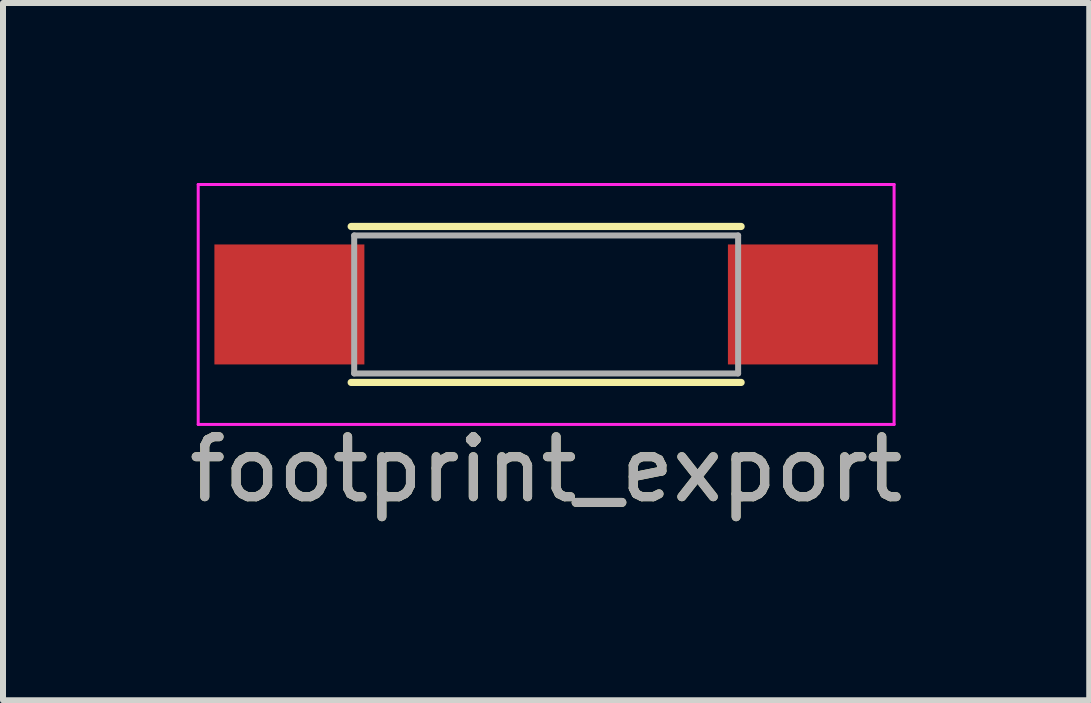
<source format=kicad_pcb>
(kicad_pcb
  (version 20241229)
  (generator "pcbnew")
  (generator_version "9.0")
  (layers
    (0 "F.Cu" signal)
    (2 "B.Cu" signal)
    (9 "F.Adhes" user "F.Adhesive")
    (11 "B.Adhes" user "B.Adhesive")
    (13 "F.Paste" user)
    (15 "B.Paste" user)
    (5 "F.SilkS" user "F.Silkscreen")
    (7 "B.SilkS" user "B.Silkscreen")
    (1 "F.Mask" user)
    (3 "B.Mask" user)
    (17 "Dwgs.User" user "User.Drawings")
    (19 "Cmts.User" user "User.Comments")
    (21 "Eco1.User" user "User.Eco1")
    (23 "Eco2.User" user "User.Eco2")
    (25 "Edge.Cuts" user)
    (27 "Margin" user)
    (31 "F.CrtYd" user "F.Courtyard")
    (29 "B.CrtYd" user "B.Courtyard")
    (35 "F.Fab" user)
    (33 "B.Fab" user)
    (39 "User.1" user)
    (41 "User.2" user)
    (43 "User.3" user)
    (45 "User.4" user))
  (footprint "footprint_export"
    (layer "F.Cu")
    (at 6.054 2.025)
    (property "Reference" "footprint_export" (at 0 2.75 0) (layer "F.SilkS") (effects (font (size 1 1) (thickness 0.15))))
    (attr smd)
    (fp_line (start -3.25 -1.3) (end 3.25 -1.3) (stroke (width 0.12) (type solid)) (layer "F.SilkS"))
    (fp_line (start 3.25 1.3) (end -3.25 1.3) (stroke (width 0.12) (type solid)) (layer "F.SilkS"))
    (fp_line (start -5.8 -2) (end 5.8 -2) (stroke (width 0.05) (type solid)) (layer "F.CrtYd"))
    (fp_line (start -5.8 2) (end -5.8 -2) (stroke (width 0.05) (type solid)) (layer "F.CrtYd"))
    (fp_line (start 5.8 -2) (end 5.8 2) (stroke (width 0.05) (type solid)) (layer "F.CrtYd"))
    (fp_line (start 5.8 2) (end -5.8 2) (stroke (width 0.05) (type solid)) (layer "F.CrtYd"))
    (fp_line (start -3.2 -1.15) (end -3.2 1.15) (stroke (width 0.1) (type solid)) (layer "F.Fab"))
    (fp_line (start -3.2 1.15) (end 3.2 1.15) (stroke (width 0.1) (type solid)) (layer "F.Fab"))
    (fp_line (start 3.2 -1.15) (end -3.2 -1.15) (stroke (width 0.1) (type solid)) (layer "F.Fab"))
    (fp_line (start 3.2 1.15) (end 3.2 -1.15) (stroke (width 0.1) (type solid)) (layer "F.Fab"))
    (fp_text user "${REFERENCE}" (at 0 2.75 0) (layer "F.Fab") (effects (font (size 1 1) (thickness 0.15))))
    (pad "1" smd rect (at -4.28 0) (size 2.5 2) (layers "F.Cu" "F.Mask" "F.Paste"))
    (pad "2" smd rect (at 4.28 0) (size 2.5 2) (layers "F.Cu" "F.Mask" "F.Paste")))
  (gr_rect
    (start -3 -3)
    (end 15.107 8.623)
    (stroke (width 0.1) (type default))
    (fill no)
    (layer "Edge.Cuts")))
</source>
